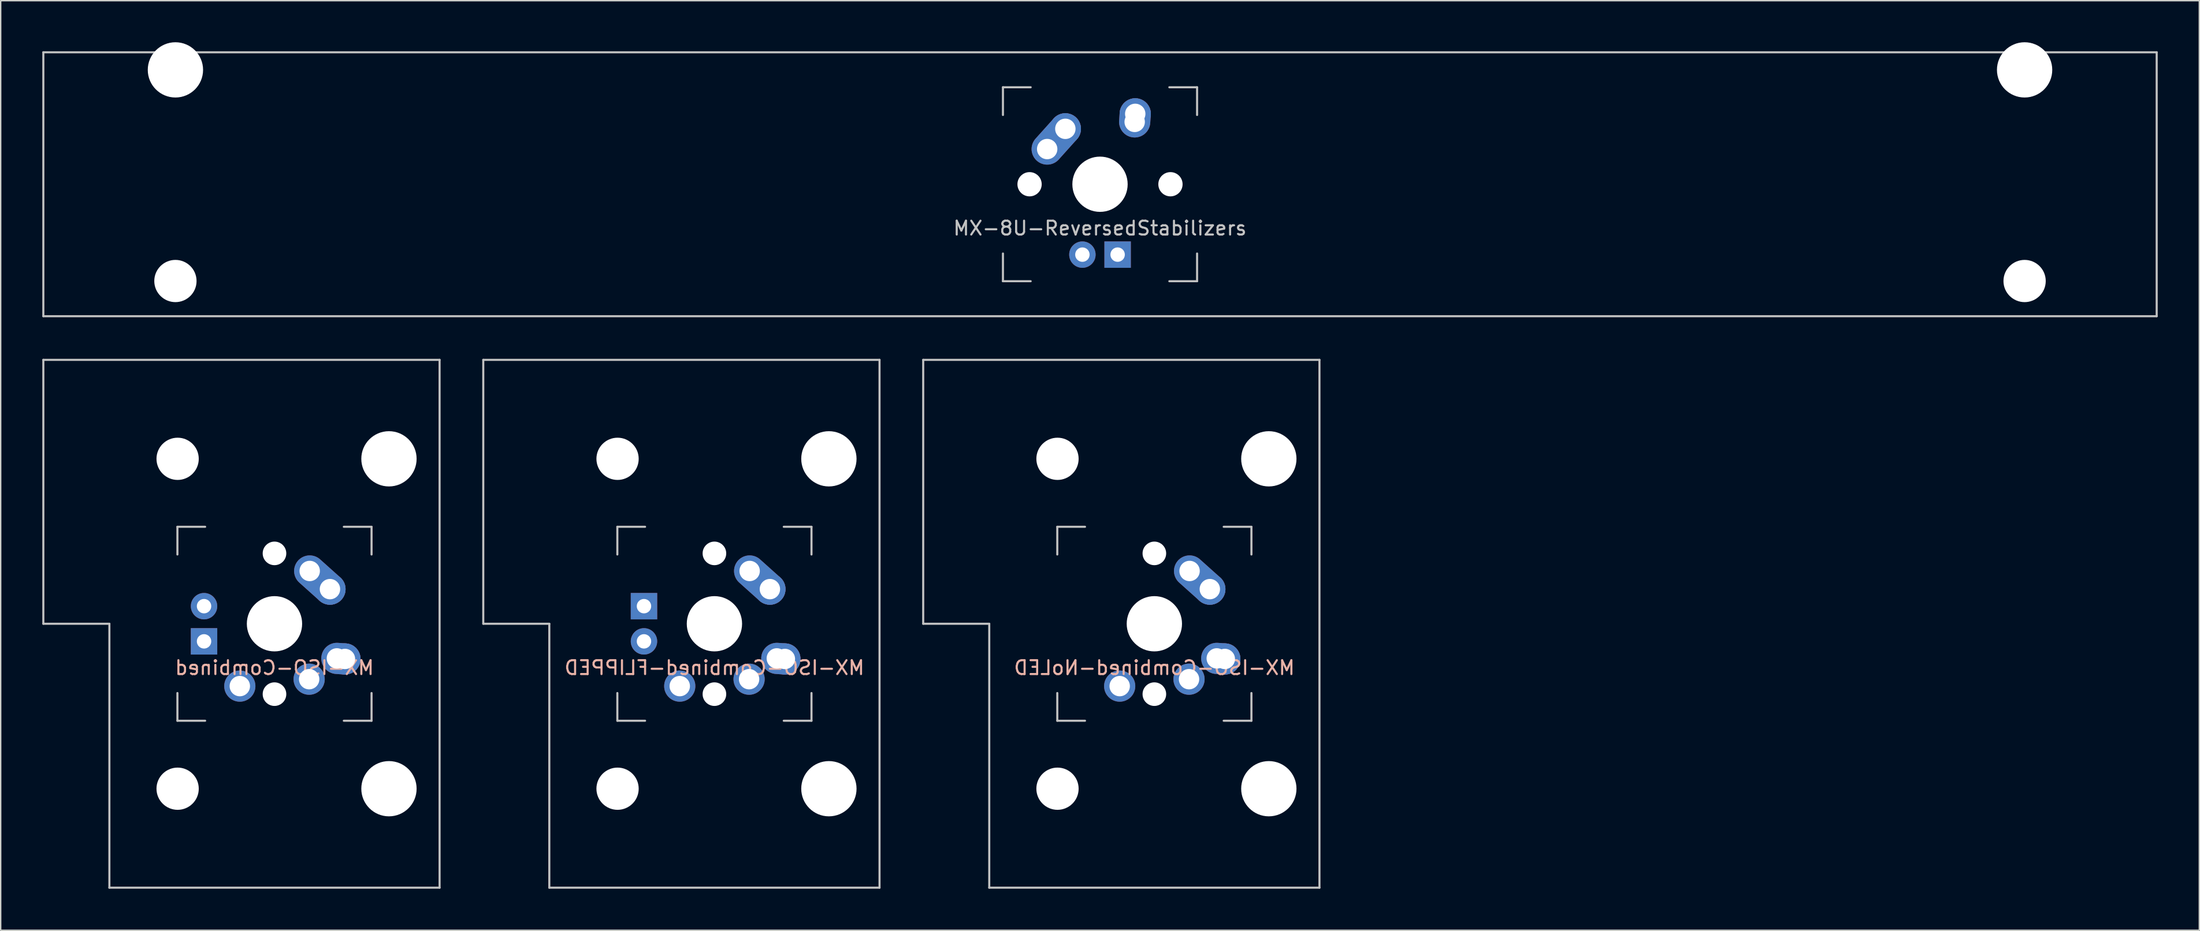
<source format=kicad_pcb>
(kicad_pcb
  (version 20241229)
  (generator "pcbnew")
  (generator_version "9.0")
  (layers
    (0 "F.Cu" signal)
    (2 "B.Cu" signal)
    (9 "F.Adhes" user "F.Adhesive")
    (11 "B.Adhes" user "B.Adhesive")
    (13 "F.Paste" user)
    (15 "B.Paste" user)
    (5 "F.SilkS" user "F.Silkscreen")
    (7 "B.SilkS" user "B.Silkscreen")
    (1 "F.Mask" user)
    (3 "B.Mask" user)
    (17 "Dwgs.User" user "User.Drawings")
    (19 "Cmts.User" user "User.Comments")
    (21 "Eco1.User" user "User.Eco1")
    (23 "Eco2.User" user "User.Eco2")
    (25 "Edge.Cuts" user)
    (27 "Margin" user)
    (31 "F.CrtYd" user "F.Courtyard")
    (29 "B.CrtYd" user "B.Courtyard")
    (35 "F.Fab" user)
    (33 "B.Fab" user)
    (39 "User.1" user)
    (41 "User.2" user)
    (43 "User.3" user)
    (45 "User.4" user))
  (footprint "MX-8U-ReversedStabilizers"
    (layer "F.Cu")
    (at 76.275 10.249)
    (property "Reference" "MX-8U-ReversedStabilizers" (at 0 3.175 0) (layer "Dwgs.User") (effects (font (size 1 1) (thickness 0.15))))
    (attr through_hole)
    (fp_line (start -76.2 -9.525) (end 76.2 -9.525) (stroke (width 0.15) (type solid)) (layer "Dwgs.User"))
    (fp_line (start -76.2 9.525) (end -76.2 -9.525) (stroke (width 0.15) (type solid)) (layer "Dwgs.User"))
    (fp_line (start -76.2 9.525) (end 76.2 9.525) (stroke (width 0.15) (type solid)) (layer "Dwgs.User"))
    (fp_line (start -7 -7) (end -7 -5) (stroke (width 0.15) (type solid)) (layer "Dwgs.User"))
    (fp_line (start -7 5) (end -7 7) (stroke (width 0.15) (type solid)) (layer "Dwgs.User"))
    (fp_line (start -7 7) (end -5 7) (stroke (width 0.15) (type solid)) (layer "Dwgs.User"))
    (fp_line (start -5 -7) (end -7 -7) (stroke (width 0.15) (type solid)) (layer "Dwgs.User"))
    (fp_line (start 5 -7) (end 7 -7) (stroke (width 0.15) (type solid)) (layer "Dwgs.User"))
    (fp_line (start 5 7) (end 7 7) (stroke (width 0.15) (type solid)) (layer "Dwgs.User"))
    (fp_line (start 7 -7) (end 7 -5) (stroke (width 0.15) (type solid)) (layer "Dwgs.User"))
    (fp_line (start 7 7) (end 7 5) (stroke (width 0.15) (type solid)) (layer "Dwgs.User"))
    (fp_line (start 76.2 -9.525) (end 76.2 9.525) (stroke (width 0.15) (type solid)) (layer "Dwgs.User"))
    (pad "" np_thru_hole circle (at -66.675 -8.255) (size 3.988 3.988) (drill 3.988) (layers "*.Cu" "*.Mask"))
    (pad "" np_thru_hole circle (at -66.675 6.985) (size 3.048 3.048) (drill 3.048) (layers "*.Cu" "*.Mask"))
    (pad "" np_thru_hole circle (at -5.08 0 48.1) (size 1.75 1.75) (drill 1.75) (layers "*.Cu" "*.Mask"))
    (pad "" np_thru_hole circle (at 0 0) (size 3.988 3.988) (drill 3.988) (layers "*.Cu" "*.Mask"))
    (pad "" np_thru_hole circle (at 5.08 0 48.1) (size 1.75 1.75) (drill 1.75) (layers "*.Cu" "*.Mask"))
    (pad "" np_thru_hole circle (at 66.675 -8.255) (size 3.988 3.988) (drill 3.988) (layers "*.Cu" "*.Mask"))
    (pad "" np_thru_hole circle (at 66.675 6.985) (size 3.048 3.048) (drill 3.048) (layers "*.Cu" "*.Mask"))
    (pad "1" thru_hole oval (at -3.81 -2.54 48.1) (size 4.212 2.25) (drill 1.47 (offset 0.981 0)) (layers "*.Cu" "B.Mask"))
    (pad "1" thru_hole circle (at -2.5 -4) (size 2.25 2.25) (drill 1.47) (layers "*.Cu" "B.Mask"))
    (pad "2" thru_hole oval (at 2.5 -4.5 86.055) (size 2.831 2.25) (drill 1.47 (offset 0.291 0)) (layers "*.Cu" "B.Mask"))
    (pad "2" thru_hole circle (at 2.54 -5.08) (size 2.25 2.25) (drill 1.47) (layers "*.Cu" "B.Mask"))
    (pad "3" thru_hole circle (at -1.27 5.08) (size 1.905 1.905) (drill 1.04) (layers "*.Cu" "B.Mask"))
    (pad "4" thru_hole rect (at 1.27 5.08) (size 1.905 1.905) (drill 1.04) (layers "*.Cu" "B.Mask")))
  (footprint "MX-ISO-Combined"
    (layer "F.Cu")
    (at 16.744 41.974)
    (property "Reference" "MX-ISO-Combined" (at 0 3.175 0) (layer "B.SilkS") (effects (font (size 1 1) (thickness 0.15)) (justify mirror)))
    (attr through_hole)
    (fp_line (start -16.669 -19.05) (end -16.669 0) (stroke (width 0.15) (type solid)) (layer "Dwgs.User"))
    (fp_line (start -16.669 -19.05) (end 11.906 -19.05) (stroke (width 0.15) (type solid)) (layer "Dwgs.User"))
    (fp_line (start -11.906 0) (end -16.669 0) (stroke (width 0.15) (type solid)) (layer "Dwgs.User"))
    (fp_line (start -11.906 19.05) (end -11.906 0) (stroke (width 0.15) (type solid)) (layer "Dwgs.User"))
    (fp_line (start -11.906 19.05) (end 11.906 19.05) (stroke (width 0.15) (type solid)) (layer "Dwgs.User"))
    (fp_line (start -7 -7) (end -7 -5) (stroke (width 0.15) (type solid)) (layer "Dwgs.User"))
    (fp_line (start -7 5) (end -7 7) (stroke (width 0.15) (type solid)) (layer "Dwgs.User"))
    (fp_line (start -7 7) (end -5 7) (stroke (width 0.15) (type solid)) (layer "Dwgs.User"))
    (fp_line (start -5 -7) (end -7 -7) (stroke (width 0.15) (type solid)) (layer "Dwgs.User"))
    (fp_line (start 5 -7) (end 7 -7) (stroke (width 0.15) (type solid)) (layer "Dwgs.User"))
    (fp_line (start 5 7) (end 7 7) (stroke (width 0.15) (type solid)) (layer "Dwgs.User"))
    (fp_line (start 7 -7) (end 7 -5) (stroke (width 0.15) (type solid)) (layer "Dwgs.User"))
    (fp_line (start 7 7) (end 7 5) (stroke (width 0.15) (type solid)) (layer "Dwgs.User"))
    (fp_line (start 11.906 -19.05) (end 11.906 19.05) (stroke (width 0.15) (type solid)) (layer "Dwgs.User"))
    (pad "" np_thru_hole circle (at -6.985 -11.906) (size 3.048 3.048) (drill 3.048) (layers "*.Cu" "*.Mask"))
    (pad "" np_thru_hole circle (at -6.985 11.906) (size 3.048 3.048) (drill 3.048) (layers "*.Cu" "*.Mask"))
    (pad "" np_thru_hole circle (at 0 -5.08 48.1) (size 1.702 1.702) (drill 1.702) (layers "*.Cu" "*.Mask"))
    (pad "" np_thru_hole circle (at 0 0) (size 3.988 3.988) (drill 3.988) (layers "*.Cu" "*.Mask"))
    (pad "" np_thru_hole circle (at 0 5.08 48.1) (size 1.702 1.702) (drill 1.702) (layers "*.Cu" "*.Mask"))
    (pad "" np_thru_hole circle (at 8.255 -11.906) (size 3.988 3.988) (drill 3.988) (layers "*.Cu" "*.Mask"))
    (pad "" np_thru_hole circle (at 8.255 11.906) (size 3.988 3.988) (drill 3.988) (layers "*.Cu" "*.Mask"))
    (pad "1" thru_hole circle (at 2.5 4) (size 2.25 2.25) (drill 1.47) (layers "*.Cu" "*.Mask"))
    (pad "1" thru_hole oval (at 4.5 2.5 356.055) (size 2.831 2.25) (drill 1.47 (offset 0.291 0)) (layers "*.Cu" "*.Mask"))
    (pad "1" thru_hole circle (at 5.08 2.54) (size 2.25 2.25) (drill 1.47) (layers "*.Cu" "*.Mask"))
    (pad "2" thru_hole circle (at -2.5 4.5) (size 2.25 2.25) (drill 1.47) (layers "*.Cu" "*.Mask"))
    (pad "2" thru_hole oval (at 2.54 -3.81 318.1) (size 4.212 2.25) (drill 1.47 (offset 0.981 0)) (layers "*.Cu" "*.Mask"))
    (pad "2" thru_hole circle (at 4 -2.5) (size 2.25 2.25) (drill 1.47) (layers "*.Cu" "*.Mask"))
    (pad "3" thru_hole circle (at -5.08 -1.27) (size 1.905 1.905) (drill 1.04) (layers "*.Cu" "*.Mask"))
    (pad "4" thru_hole rect (at -5.08 1.27) (size 1.905 1.905) (drill 1.04) (layers "*.Cu" "*.Mask")))
  (footprint "MX-ISO-Combined-FLIPPED"
    (layer "F.Cu")
    (at 48.469 41.974)
    (property "Reference" "MX-ISO-Combined-FLIPPED" (at 0 3.175 0) (layer "B.SilkS") (effects (font (size 1 1) (thickness 0.15)) (justify mirror)))
    (attr through_hole)
    (fp_line (start -16.669 -19.05) (end -16.669 0) (stroke (width 0.15) (type solid)) (layer "Dwgs.User"))
    (fp_line (start -16.669 -19.05) (end 11.906 -19.05) (stroke (width 0.15) (type solid)) (layer "Dwgs.User"))
    (fp_line (start -11.906 0) (end -16.669 0) (stroke (width 0.15) (type solid)) (layer "Dwgs.User"))
    (fp_line (start -11.906 19.05) (end -11.906 0) (stroke (width 0.15) (type solid)) (layer "Dwgs.User"))
    (fp_line (start -11.906 19.05) (end 11.906 19.05) (stroke (width 0.15) (type solid)) (layer "Dwgs.User"))
    (fp_line (start -7 -7) (end -7 -5) (stroke (width 0.15) (type solid)) (layer "Dwgs.User"))
    (fp_line (start -7 5) (end -7 7) (stroke (width 0.15) (type solid)) (layer "Dwgs.User"))
    (fp_line (start -7 7) (end -5 7) (stroke (width 0.15) (type solid)) (layer "Dwgs.User"))
    (fp_line (start -5 -7) (end -7 -7) (stroke (width 0.15) (type solid)) (layer "Dwgs.User"))
    (fp_line (start 5 -7) (end 7 -7) (stroke (width 0.15) (type solid)) (layer "Dwgs.User"))
    (fp_line (start 5 7) (end 7 7) (stroke (width 0.15) (type solid)) (layer "Dwgs.User"))
    (fp_line (start 7 -7) (end 7 -5) (stroke (width 0.15) (type solid)) (layer "Dwgs.User"))
    (fp_line (start 7 7) (end 7 5) (stroke (width 0.15) (type solid)) (layer "Dwgs.User"))
    (fp_line (start 11.906 -19.05) (end 11.906 19.05) (stroke (width 0.15) (type solid)) (layer "Dwgs.User"))
    (pad "" np_thru_hole circle (at -6.985 -11.906) (size 3.048 3.048) (drill 3.048) (layers "*.Cu" "*.Mask"))
    (pad "" np_thru_hole circle (at -6.985 11.906) (size 3.048 3.048) (drill 3.048) (layers "*.Cu" "*.Mask"))
    (pad "" np_thru_hole circle (at 0 -5.08 48.1) (size 1.702 1.702) (drill 1.702) (layers "*.Cu" "*.Mask"))
    (pad "" np_thru_hole circle (at 0 0) (size 3.988 3.988) (drill 3.988) (layers "*.Cu" "*.Mask"))
    (pad "" np_thru_hole circle (at 0 5.08 48.1) (size 1.702 1.702) (drill 1.702) (layers "*.Cu" "*.Mask"))
    (pad "" np_thru_hole circle (at 8.255 -11.906) (size 3.988 3.988) (drill 3.988) (layers "*.Cu" "*.Mask"))
    (pad "" np_thru_hole circle (at 8.255 11.906) (size 3.988 3.988) (drill 3.988) (layers "*.Cu" "*.Mask"))
    (pad "1" thru_hole circle (at 2.5 4) (size 2.25 2.25) (drill 1.47) (layers "*.Cu" "*.Mask"))
    (pad "1" thru_hole oval (at 4.5 2.5 356.055) (size 2.831 2.25) (drill 1.47 (offset 0.291 0)) (layers "*.Cu" "*.Mask"))
    (pad "1" thru_hole circle (at 5.08 2.54) (size 2.25 2.25) (drill 1.47) (layers "*.Cu" "*.Mask"))
    (pad "2" thru_hole circle (at -2.5 4.5) (size 2.25 2.25) (drill 1.47) (layers "*.Cu" "*.Mask"))
    (pad "2" thru_hole oval (at 2.54 -3.81 318.1) (size 4.212 2.25) (drill 1.47 (offset 0.981 0)) (layers "*.Cu" "*.Mask"))
    (pad "2" thru_hole circle (at 4 -2.5) (size 2.25 2.25) (drill 1.47) (layers "*.Cu" "*.Mask"))
    (pad "3" thru_hole circle (at -5.08 1.27) (size 1.905 1.905) (drill 1.04) (layers "*.Cu" "*.Mask"))
    (pad "4" thru_hole rect (at -5.08 -1.27) (size 1.905 1.905) (drill 1.04) (layers "*.Cu" "*.Mask")))
  (footprint "MX-ISO-Combined-NoLED"
    (layer "F.Cu")
    (at 80.194 41.974)
    (property "Reference" "MX-ISO-Combined-NoLED" (at 0 3.175 0) (layer "B.SilkS") (effects (font (size 1 1) (thickness 0.15)) (justify mirror)))
    (attr through_hole)
    (fp_line (start -16.669 -19.05) (end -16.669 0) (stroke (width 0.15) (type solid)) (layer "Dwgs.User"))
    (fp_line (start -16.669 -19.05) (end 11.906 -19.05) (stroke (width 0.15) (type solid)) (layer "Dwgs.User"))
    (fp_line (start -11.906 0) (end -16.669 0) (stroke (width 0.15) (type solid)) (layer "Dwgs.User"))
    (fp_line (start -11.906 19.05) (end -11.906 0) (stroke (width 0.15) (type solid)) (layer "Dwgs.User"))
    (fp_line (start -11.906 19.05) (end 11.906 19.05) (stroke (width 0.15) (type solid)) (layer "Dwgs.User"))
    (fp_line (start -7 -7) (end -7 -5) (stroke (width 0.15) (type solid)) (layer "Dwgs.User"))
    (fp_line (start -7 5) (end -7 7) (stroke (width 0.15) (type solid)) (layer "Dwgs.User"))
    (fp_line (start -7 7) (end -5 7) (stroke (width 0.15) (type solid)) (layer "Dwgs.User"))
    (fp_line (start -5 -7) (end -7 -7) (stroke (width 0.15) (type solid)) (layer "Dwgs.User"))
    (fp_line (start 5 -7) (end 7 -7) (stroke (width 0.15) (type solid)) (layer "Dwgs.User"))
    (fp_line (start 5 7) (end 7 7) (stroke (width 0.15) (type solid)) (layer "Dwgs.User"))
    (fp_line (start 7 -7) (end 7 -5) (stroke (width 0.15) (type solid)) (layer "Dwgs.User"))
    (fp_line (start 7 7) (end 7 5) (stroke (width 0.15) (type solid)) (layer "Dwgs.User"))
    (fp_line (start 11.906 -19.05) (end 11.906 19.05) (stroke (width 0.15) (type solid)) (layer "Dwgs.User"))
    (pad "" np_thru_hole circle (at -6.985 -11.906) (size 3.048 3.048) (drill 3.048) (layers "*.Cu" "*.Mask"))
    (pad "" np_thru_hole circle (at -6.985 11.906) (size 3.048 3.048) (drill 3.048) (layers "*.Cu" "*.Mask"))
    (pad "" np_thru_hole circle (at 0 -5.08 48.1) (size 1.702 1.702) (drill 1.702) (layers "*.Cu" "*.Mask"))
    (pad "" np_thru_hole circle (at 0 0) (size 3.988 3.988) (drill 3.988) (layers "*.Cu" "*.Mask"))
    (pad "" np_thru_hole circle (at 0 5.08 48.1) (size 1.702 1.702) (drill 1.702) (layers "*.Cu" "*.Mask"))
    (pad "" np_thru_hole circle (at 8.255 -11.906) (size 3.988 3.988) (drill 3.988) (layers "*.Cu" "*.Mask"))
    (pad "" np_thru_hole circle (at 8.255 11.906) (size 3.988 3.988) (drill 3.988) (layers "*.Cu" "*.Mask"))
    (pad "1" thru_hole circle (at 2.5 4) (size 2.25 2.25) (drill 1.47) (layers "*.Cu" "*.Mask"))
    (pad "1" thru_hole oval (at 4.5 2.5 356.055) (size 2.831 2.25) (drill 1.47 (offset 0.291 0)) (layers "*.Cu" "*.Mask"))
    (pad "1" thru_hole circle (at 5.08 2.54) (size 2.25 2.25) (drill 1.47) (layers "*.Cu" "*.Mask"))
    (pad "2" thru_hole circle (at -2.5 4.5) (size 2.25 2.25) (drill 1.47) (layers "*.Cu" "*.Mask"))
    (pad "2" thru_hole oval (at 2.54 -3.81 318.1) (size 4.212 2.25) (drill 1.47 (offset 0.981 0)) (layers "*.Cu" "*.Mask"))
    (pad "2" thru_hole circle (at 4 -2.5) (size 2.25 2.25) (drill 1.47) (layers "*.Cu" "*.Mask")))
  (gr_rect
    (start -3 -3)
    (end 155.55 64.099)
    (stroke (width 0.1) (type default))
    (fill no)
    (layer "Edge.Cuts")))
</source>
